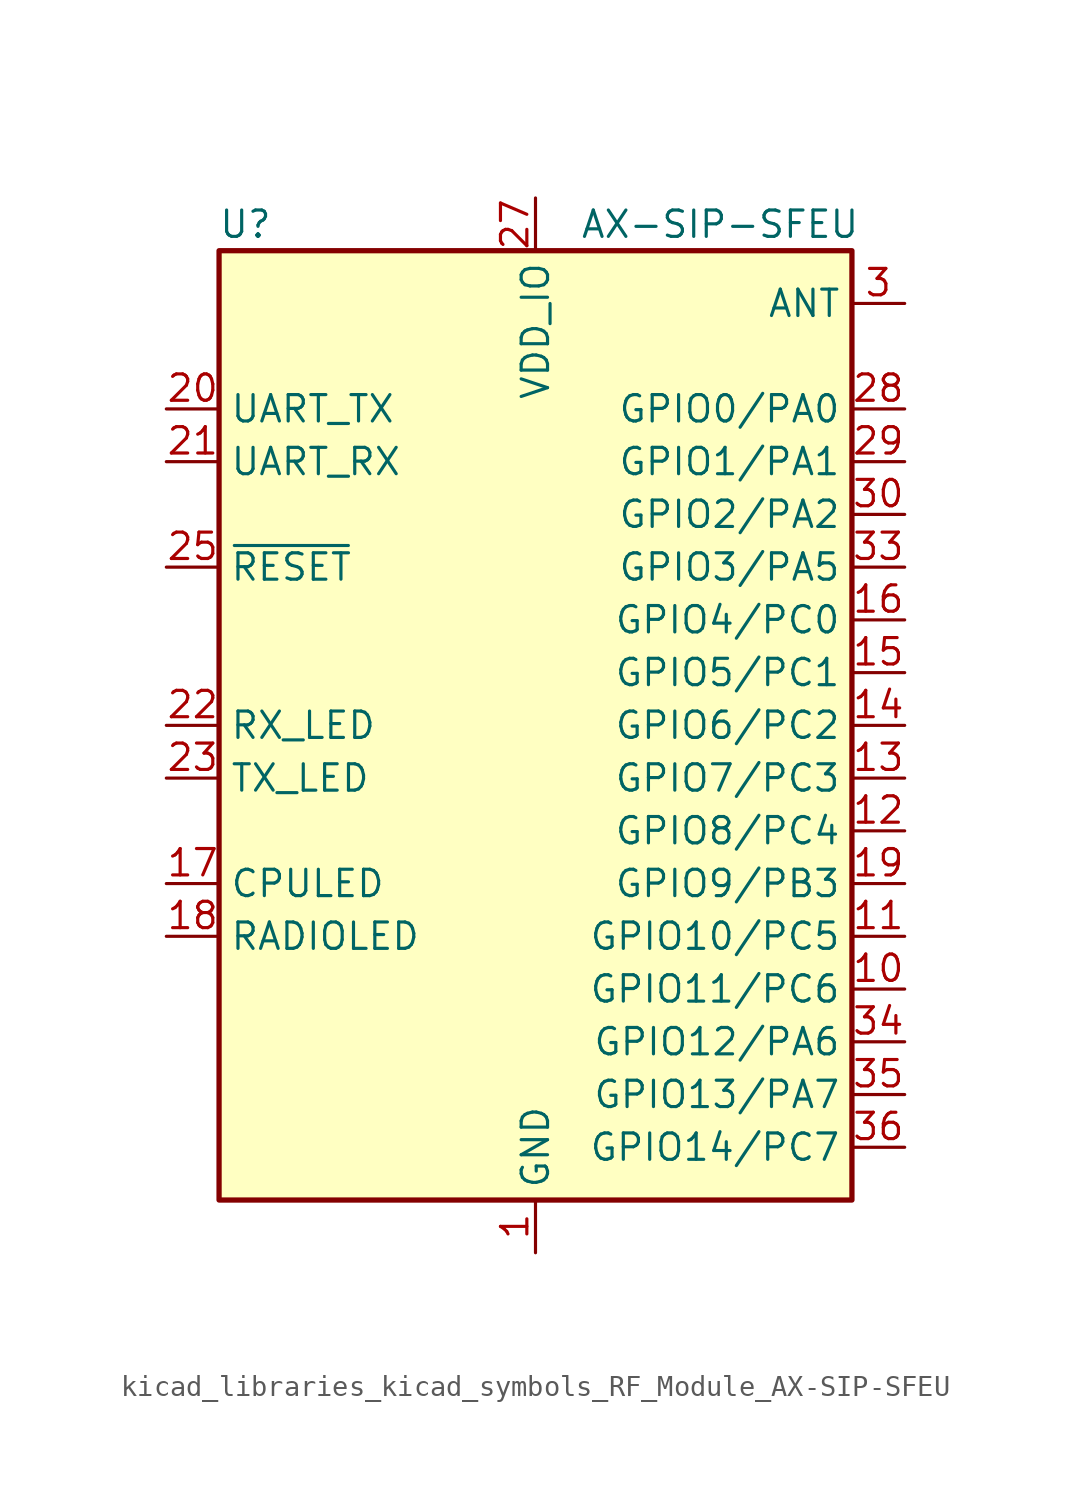
<source format=kicad_sym>
(kicad_symbol_lib
  (version 20220914)
  (generator kicad_symbol_editor)
  (symbol "kicad_libraries_kicad_symbols_RF_Module_AX-SIP-SFEU"
    (property "Reference" "U"
      (at -13.97 24.13 0)
      (effects (font (size 1.27 1.27))))
    (property "Value" "AX-SIP-SFEU"
      (at 8.89 24.13 0)
      (effects (font (size 1.27 1.27))))
    (symbol "kicad_libraries_kicad_symbols_RF_Module_AX-SIP-SFEU_0_1"
      (rectangle (start -15.24 22.86) (end 15.24 -22.86) (stroke (width 0.254) (type default)) (fill (type background))))
    (symbol "kicad_libraries_kicad_symbols_RF_Module_AX-SIP-SFEU_1_1"
      (pin power_in line (at 0 -25.4 90) (length 2.54) (name "GND" (effects (font (size 1.27 1.27)))) (number "1" (effects (font (size 1.27 1.27)))))
      (pin bidirectional line (at 17.78 -12.7 180) (length 2.54) (name "GPIO11/PC6" (effects (font (size 1.27 1.27)))) (number "10" (effects (font (size 1.27 1.27)))))
      (pin bidirectional line (at 17.78 -10.16 180) (length 2.54) (name "GPIO10/PC5" (effects (font (size 1.27 1.27)))) (number "11" (effects (font (size 1.27 1.27)))))
      (pin bidirectional line (at 17.78 -5.08 180) (length 2.54) (name "GPIO8/PC4" (effects (font (size 1.27 1.27)))) (number "12" (effects (font (size 1.27 1.27)))))
      (pin bidirectional line (at 17.78 -2.54 180) (length 2.54) (name "GPIO7/PC3" (effects (font (size 1.27 1.27)))) (number "13" (effects (font (size 1.27 1.27)))))
      (pin bidirectional line (at 17.78 0 180) (length 2.54) (name "GPIO6/PC2" (effects (font (size 1.27 1.27)))) (number "14" (effects (font (size 1.27 1.27)))))
      (pin bidirectional line (at 17.78 2.54 180) (length 2.54) (name "GPIO5/PC1" (effects (font (size 1.27 1.27)))) (number "15" (effects (font (size 1.27 1.27)))))
      (pin bidirectional line (at 17.78 5.08 180) (length 2.54) (name "GPIO4/PC0" (effects (font (size 1.27 1.27)))) (number "16" (effects (font (size 1.27 1.27)))))
      (pin output line (at -17.78 -7.62 0) (length 2.54) (name "CPULED" (effects (font (size 1.27 1.27)))) (number "17" (effects (font (size 1.27 1.27)))))
      (pin output line (at -17.78 -10.16 0) (length 2.54) (name "RADIOLED" (effects (font (size 1.27 1.27)))) (number "18" (effects (font (size 1.27 1.27)))))
      (pin bidirectional line (at 17.78 -7.62 180) (length 2.54) (name "GPIO9/PB3" (effects (font (size 1.27 1.27)))) (number "19" (effects (font (size 1.27 1.27)))))
      (pin passive line (at 0 -25.4 90) (length 2.54) hide (name "GND" (effects (font (size 1.27 1.27)))) (number "2" (effects (font (size 1.27 1.27)))))
      (pin output line (at -17.78 15.24 0) (length 2.54) (name "UART_TX" (effects (font (size 1.27 1.27)))) (number "20" (effects (font (size 1.27 1.27)))))
      (pin input line (at -17.78 12.7 0) (length 2.54) (name "UART_RX" (effects (font (size 1.27 1.27)))) (number "21" (effects (font (size 1.27 1.27)))))
      (pin output line (at -17.78 0 0) (length 2.54) (name "RX_LED" (effects (font (size 1.27 1.27)))) (number "22" (effects (font (size 1.27 1.27)))))
      (pin output line (at -17.78 -2.54 0) (length 2.54) (name "TX_LED" (effects (font (size 1.27 1.27)))) (number "23" (effects (font (size 1.27 1.27)))))
      (pin no_connect line (at -15.24 2.54 0) (length 2.54) hide (name "NC24" (effects (font (size 1.27 1.27)))) (number "24" (effects (font (size 1.27 1.27)))))
      (pin input line (at -17.78 7.62 0) (length 2.54) (name "~{RESET}" (effects (font (size 1.27 1.27)))) (number "25" (effects (font (size 1.27 1.27)))))
      (pin passive line (at 0 -25.4 90) (length 2.54) hide (name "GND" (effects (font (size 1.27 1.27)))) (number "26" (effects (font (size 1.27 1.27)))))
      (pin power_in line (at 0 25.4 270) (length 2.54) (name "VDD_IO" (effects (font (size 1.27 1.27)))) (number "27" (effects (font (size 1.27 1.27)))))
      (pin bidirectional line (at 17.78 15.24 180) (length 2.54) (name "GPIO0/PA0" (effects (font (size 1.27 1.27)))) (number "28" (effects (font (size 1.27 1.27)))))
      (pin bidirectional line (at 17.78 12.7 180) (length 2.54) (name "GPIO1/PA1" (effects (font (size 1.27 1.27)))) (number "29" (effects (font (size 1.27 1.27)))))
      (pin passive line (at 17.78 20.32 180) (length 2.54) (name "ANT" (effects (font (size 1.27 1.27)))) (number "3" (effects (font (size 1.27 1.27)))))
      (pin bidirectional line (at 17.78 10.16 180) (length 2.54) (name "GPIO2/PA2" (effects (font (size 1.27 1.27)))) (number "30" (effects (font (size 1.27 1.27)))))
      (pin no_connect line (at 2.54 22.86 270) (length 2.54) hide (name "NC" (effects (font (size 1.27 1.27)))) (number "31" (effects (font (size 1.27 1.27)))))
      (pin no_connect line (at 5.08 22.86 270) (length 2.54) hide (name "NC" (effects (font (size 1.27 1.27)))) (number "32" (effects (font (size 1.27 1.27)))))
      (pin bidirectional line (at 17.78 7.62 180) (length 2.54) (name "GPIO3/PA5" (effects (font (size 1.27 1.27)))) (number "33" (effects (font (size 1.27 1.27)))))
      (pin bidirectional line (at 17.78 -15.24 180) (length 2.54) (name "GPIO12/PA6" (effects (font (size 1.27 1.27)))) (number "34" (effects (font (size 1.27 1.27)))))
      (pin bidirectional line (at 17.78 -17.78 180) (length 2.54) (name "GPIO13/PA7" (effects (font (size 1.27 1.27)))) (number "35" (effects (font (size 1.27 1.27)))))
      (pin bidirectional line (at 17.78 -20.32 180) (length 2.54) (name "GPIO14/PC7" (effects (font (size 1.27 1.27)))) (number "36" (effects (font (size 1.27 1.27)))))
      (pin no_connect line (at 7.62 22.86 270) (length 2.54) hide (name "NC" (effects (font (size 1.27 1.27)))) (number "37" (effects (font (size 1.27 1.27)))))
      (pin no_connect line (at 10.16 22.86 270) (length 2.54) hide (name "NC" (effects (font (size 1.27 1.27)))) (number "38" (effects (font (size 1.27 1.27)))))
      (pin passive line (at 0 -25.4 90) (length 2.54) hide (name "GND" (effects (font (size 1.27 1.27)))) (number "39" (effects (font (size 1.27 1.27)))))
      (pin passive line (at 0 -25.4 90) (length 2.54) hide (name "GND" (effects (font (size 1.27 1.27)))) (number "4" (effects (font (size 1.27 1.27)))))
      (pin passive line (at 0 -25.4 90) (length 2.54) hide (name "GND" (effects (font (size 1.27 1.27)))) (number "40" (effects (font (size 1.27 1.27)))))
      (pin passive line (at 0 -25.4 90) (length 2.54) hide (name "GND" (effects (font (size 1.27 1.27)))) (number "41" (effects (font (size 1.27 1.27)))))
      (pin passive line (at 0 -25.4 90) (length 2.54) hide (name "GND" (effects (font (size 1.27 1.27)))) (number "42" (effects (font (size 1.27 1.27)))))
      (pin passive line (at 0 -25.4 90) (length 2.54) hide (name "GND" (effects (font (size 1.27 1.27)))) (number "43" (effects (font (size 1.27 1.27)))))
      (pin passive line (at 0 -25.4 90) (length 2.54) hide (name "GND" (effects (font (size 1.27 1.27)))) (number "44" (effects (font (size 1.27 1.27)))))
      (pin no_connect line (at -10.16 22.86 270) (length 2.54) hide (name "NC" (effects (font (size 1.27 1.27)))) (number "5" (effects (font (size 1.27 1.27)))))
      (pin passive line (at 0 -25.4 90) (length 2.54) hide (name "GND" (effects (font (size 1.27 1.27)))) (number "6" (effects (font (size 1.27 1.27)))))
      (pin no_connect line (at -7.62 22.86 270) (length 2.54) hide (name "NC" (effects (font (size 1.27 1.27)))) (number "7" (effects (font (size 1.27 1.27)))))
      (pin no_connect line (at -5.08 22.86 270) (length 2.54) hide (name "NC" (effects (font (size 1.27 1.27)))) (number "8" (effects (font (size 1.27 1.27)))))
      (pin no_connect line (at -2.54 22.86 270) (length 2.54) hide (name "NC" (effects (font (size 1.27 1.27)))) (number "9" (effects (font (size 1.27 1.27))))))))
</source>
